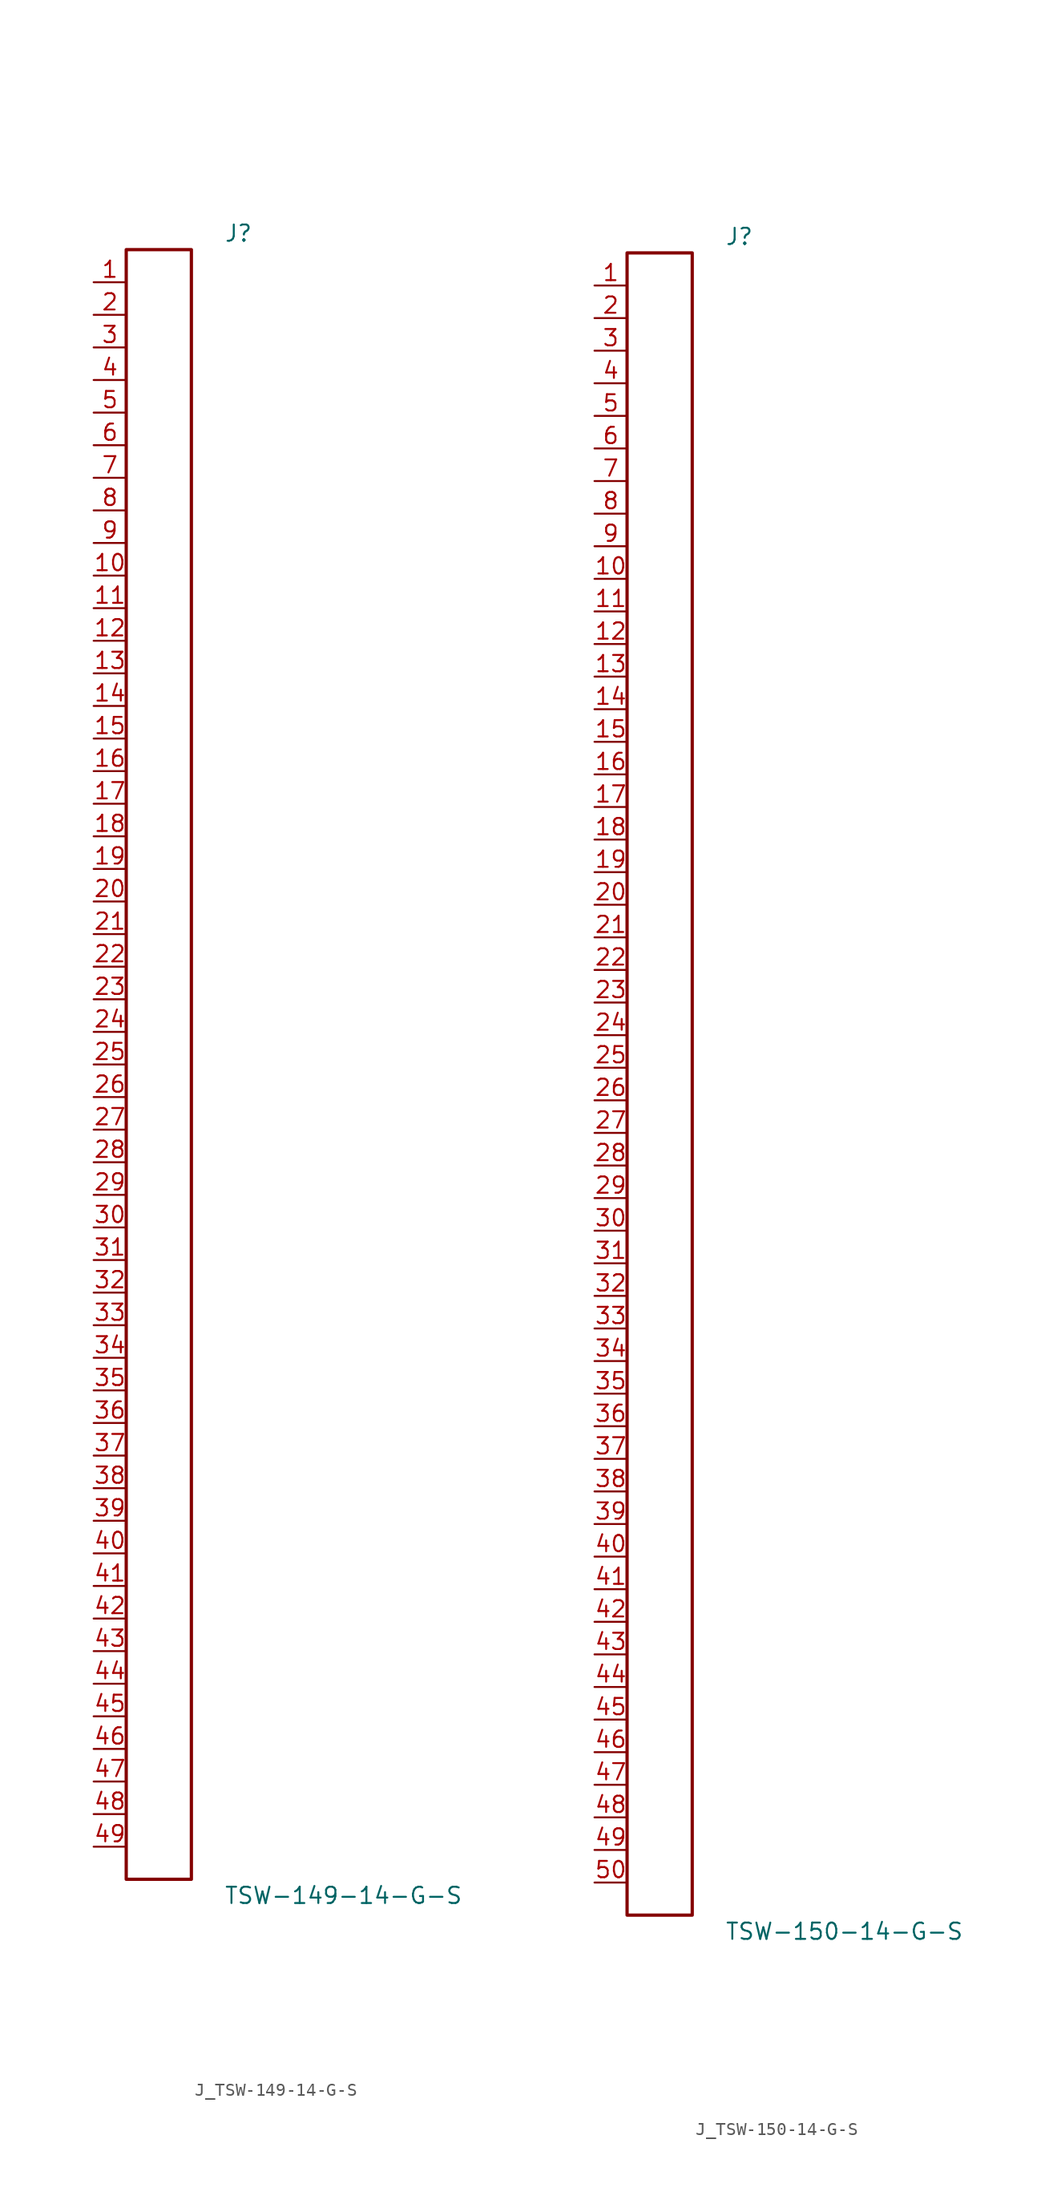
<source format=kicad_sym>
(kicad_symbol_lib
  (version 20231120)
  (generator kicad_symbol_editor)
  (generator_version 8.0)
  (symbol "J_TSW-149-14-G-S"
    (pin_names
      (offset 0.254))
    (property "Reference" "J"
      (at 5.08 64.77 0)
      (effects (font (size 1.27 1.27)) (justify left)))
    (property "Value" "TSW-149-14-G-S"
      (at 5.08 -64.77 0)
      (effects (font (size 1.27 1.27)) (justify left)))
    (symbol "J_TSW-149-14-G-S_0_0"
      (pin passive line (at -5.08 60.96 0) (length 2.54) (name "" (effects (font (size 1.27 1.27)))) (number "1" (effects (font (size 1.27 1.27)))))
      (pin passive line (at -5.08 58.42 0) (length 2.54) (name "" (effects (font (size 1.27 1.27)))) (number "2" (effects (font (size 1.27 1.27)))))
      (pin passive line (at -5.08 55.88 0) (length 2.54) (name "" (effects (font (size 1.27 1.27)))) (number "3" (effects (font (size 1.27 1.27)))))
      (pin passive line (at -5.08 53.34 0) (length 2.54) (name "" (effects (font (size 1.27 1.27)))) (number "4" (effects (font (size 1.27 1.27)))))
      (pin passive line (at -5.08 50.8 0) (length 2.54) (name "" (effects (font (size 1.27 1.27)))) (number "5" (effects (font (size 1.27 1.27)))))
      (pin passive line (at -5.08 48.26 0) (length 2.54) (name "" (effects (font (size 1.27 1.27)))) (number "6" (effects (font (size 1.27 1.27)))))
      (pin passive line (at -5.08 45.72 0) (length 2.54) (name "" (effects (font (size 1.27 1.27)))) (number "7" (effects (font (size 1.27 1.27)))))
      (pin passive line (at -5.08 43.18 0) (length 2.54) (name "" (effects (font (size 1.27 1.27)))) (number "8" (effects (font (size 1.27 1.27)))))
      (pin passive line (at -5.08 40.64 0) (length 2.54) (name "" (effects (font (size 1.27 1.27)))) (number "9" (effects (font (size 1.27 1.27)))))
      (pin passive line (at -5.08 38.1 0) (length 2.54) (name "" (effects (font (size 1.27 1.27)))) (number "10" (effects (font (size 1.27 1.27)))))
      (pin passive line (at -5.08 35.56 0) (length 2.54) (name "" (effects (font (size 1.27 1.27)))) (number "11" (effects (font (size 1.27 1.27)))))
      (pin passive line (at -5.08 33.02 0) (length 2.54) (name "" (effects (font (size 1.27 1.27)))) (number "12" (effects (font (size 1.27 1.27)))))
      (pin passive line (at -5.08 30.48 0) (length 2.54) (name "" (effects (font (size 1.27 1.27)))) (number "13" (effects (font (size 1.27 1.27)))))
      (pin passive line (at -5.08 27.94 0) (length 2.54) (name "" (effects (font (size 1.27 1.27)))) (number "14" (effects (font (size 1.27 1.27)))))
      (pin passive line (at -5.08 25.4 0) (length 2.54) (name "" (effects (font (size 1.27 1.27)))) (number "15" (effects (font (size 1.27 1.27)))))
      (pin passive line (at -5.08 22.86 0) (length 2.54) (name "" (effects (font (size 1.27 1.27)))) (number "16" (effects (font (size 1.27 1.27)))))
      (pin passive line (at -5.08 20.32 0) (length 2.54) (name "" (effects (font (size 1.27 1.27)))) (number "17" (effects (font (size 1.27 1.27)))))
      (pin passive line (at -5.08 17.78 0) (length 2.54) (name "" (effects (font (size 1.27 1.27)))) (number "18" (effects (font (size 1.27 1.27)))))
      (pin passive line (at -5.08 15.24 0) (length 2.54) (name "" (effects (font (size 1.27 1.27)))) (number "19" (effects (font (size 1.27 1.27)))))
      (pin passive line (at -5.08 12.7 0) (length 2.54) (name "" (effects (font (size 1.27 1.27)))) (number "20" (effects (font (size 1.27 1.27)))))
      (pin passive line (at -5.08 10.16 0) (length 2.54) (name "" (effects (font (size 1.27 1.27)))) (number "21" (effects (font (size 1.27 1.27)))))
      (pin passive line (at -5.08 7.62 0) (length 2.54) (name "" (effects (font (size 1.27 1.27)))) (number "22" (effects (font (size 1.27 1.27)))))
      (pin passive line (at -5.08 5.08 0) (length 2.54) (name "" (effects (font (size 1.27 1.27)))) (number "23" (effects (font (size 1.27 1.27)))))
      (pin passive line (at -5.08 2.54 0) (length 2.54) (name "" (effects (font (size 1.27 1.27)))) (number "24" (effects (font (size 1.27 1.27)))))
      (pin passive line (at -5.08 0.0 0) (length 2.54) (name "" (effects (font (size 1.27 1.27)))) (number "25" (effects (font (size 1.27 1.27)))))
      (pin passive line (at -5.08 -2.54 0) (length 2.54) (name "" (effects (font (size 1.27 1.27)))) (number "26" (effects (font (size 1.27 1.27)))))
      (pin passive line (at -5.08 -5.08 0) (length 2.54) (name "" (effects (font (size 1.27 1.27)))) (number "27" (effects (font (size 1.27 1.27)))))
      (pin passive line (at -5.08 -7.62 0) (length 2.54) (name "" (effects (font (size 1.27 1.27)))) (number "28" (effects (font (size 1.27 1.27)))))
      (pin passive line (at -5.08 -10.16 0) (length 2.54) (name "" (effects (font (size 1.27 1.27)))) (number "29" (effects (font (size 1.27 1.27)))))
      (pin passive line (at -5.08 -12.7 0) (length 2.54) (name "" (effects (font (size 1.27 1.27)))) (number "30" (effects (font (size 1.27 1.27)))))
      (pin passive line (at -5.08 -15.24 0) (length 2.54) (name "" (effects (font (size 1.27 1.27)))) (number "31" (effects (font (size 1.27 1.27)))))
      (pin passive line (at -5.08 -17.78 0) (length 2.54) (name "" (effects (font (size 1.27 1.27)))) (number "32" (effects (font (size 1.27 1.27)))))
      (pin passive line (at -5.08 -20.32 0) (length 2.54) (name "" (effects (font (size 1.27 1.27)))) (number "33" (effects (font (size 1.27 1.27)))))
      (pin passive line (at -5.08 -22.86 0) (length 2.54) (name "" (effects (font (size 1.27 1.27)))) (number "34" (effects (font (size 1.27 1.27)))))
      (pin passive line (at -5.08 -25.4 0) (length 2.54) (name "" (effects (font (size 1.27 1.27)))) (number "35" (effects (font (size 1.27 1.27)))))
      (pin passive line (at -5.08 -27.94 0) (length 2.54) (name "" (effects (font (size 1.27 1.27)))) (number "36" (effects (font (size 1.27 1.27)))))
      (pin passive line (at -5.08 -30.48 0) (length 2.54) (name "" (effects (font (size 1.27 1.27)))) (number "37" (effects (font (size 1.27 1.27)))))
      (pin passive line (at -5.08 -33.02 0) (length 2.54) (name "" (effects (font (size 1.27 1.27)))) (number "38" (effects (font (size 1.27 1.27)))))
      (pin passive line (at -5.08 -35.56 0) (length 2.54) (name "" (effects (font (size 1.27 1.27)))) (number "39" (effects (font (size 1.27 1.27)))))
      (pin passive line (at -5.08 -38.1 0) (length 2.54) (name "" (effects (font (size 1.27 1.27)))) (number "40" (effects (font (size 1.27 1.27)))))
      (pin passive line (at -5.08 -40.64 0) (length 2.54) (name "" (effects (font (size 1.27 1.27)))) (number "41" (effects (font (size 1.27 1.27)))))
      (pin passive line (at -5.08 -43.18 0) (length 2.54) (name "" (effects (font (size 1.27 1.27)))) (number "42" (effects (font (size 1.27 1.27)))))
      (pin passive line (at -5.08 -45.72 0) (length 2.54) (name "" (effects (font (size 1.27 1.27)))) (number "43" (effects (font (size 1.27 1.27)))))
      (pin passive line (at -5.08 -48.26 0) (length 2.54) (name "" (effects (font (size 1.27 1.27)))) (number "44" (effects (font (size 1.27 1.27)))))
      (pin passive line (at -5.08 -50.8 0) (length 2.54) (name "" (effects (font (size 1.27 1.27)))) (number "45" (effects (font (size 1.27 1.27)))))
      (pin passive line (at -5.08 -53.34 0) (length 2.54) (name "" (effects (font (size 1.27 1.27)))) (number "46" (effects (font (size 1.27 1.27)))))
      (pin passive line (at -5.08 -55.88 0) (length 2.54) (name "" (effects (font (size 1.27 1.27)))) (number "47" (effects (font (size 1.27 1.27)))))
      (pin passive line (at -5.08 -58.42 0) (length 2.54) (name "" (effects (font (size 1.27 1.27)))) (number "48" (effects (font (size 1.27 1.27)))))
      (pin passive line (at -5.08 -60.96 0) (length 2.54) (name "" (effects (font (size 1.27 1.27)))) (number "49" (effects (font (size 1.27 1.27))))))
    (symbol "J_TSW-149-14-G-S_1_0"
      (rectangle (start -2.54 63.5) (end 2.54 -63.5) (stroke (width 0.254) (type solid)) (fill (type none)))))
  (symbol "J_TSW-150-14-G-S"
    (pin_names
      (offset 0.254))
    (property "Reference" "J"
      (at 5.08 66.04 0)
      (effects (font (size 1.27 1.27)) (justify left)))
    (property "Value" "TSW-150-14-G-S"
      (at 5.08 -66.04 0)
      (effects (font (size 1.27 1.27)) (justify left)))
    (symbol "J_TSW-150-14-G-S_0_0"
      (pin passive line (at -5.08 62.23 0) (length 2.54) (name "" (effects (font (size 1.27 1.27)))) (number "1" (effects (font (size 1.27 1.27)))))
      (pin passive line (at -5.08 59.69 0) (length 2.54) (name "" (effects (font (size 1.27 1.27)))) (number "2" (effects (font (size 1.27 1.27)))))
      (pin passive line (at -5.08 57.15 0) (length 2.54) (name "" (effects (font (size 1.27 1.27)))) (number "3" (effects (font (size 1.27 1.27)))))
      (pin passive line (at -5.08 54.61 0) (length 2.54) (name "" (effects (font (size 1.27 1.27)))) (number "4" (effects (font (size 1.27 1.27)))))
      (pin passive line (at -5.08 52.07 0) (length 2.54) (name "" (effects (font (size 1.27 1.27)))) (number "5" (effects (font (size 1.27 1.27)))))
      (pin passive line (at -5.08 49.53 0) (length 2.54) (name "" (effects (font (size 1.27 1.27)))) (number "6" (effects (font (size 1.27 1.27)))))
      (pin passive line (at -5.08 46.99 0) (length 2.54) (name "" (effects (font (size 1.27 1.27)))) (number "7" (effects (font (size 1.27 1.27)))))
      (pin passive line (at -5.08 44.45 0) (length 2.54) (name "" (effects (font (size 1.27 1.27)))) (number "8" (effects (font (size 1.27 1.27)))))
      (pin passive line (at -5.08 41.91 0) (length 2.54) (name "" (effects (font (size 1.27 1.27)))) (number "9" (effects (font (size 1.27 1.27)))))
      (pin passive line (at -5.08 39.37 0) (length 2.54) (name "" (effects (font (size 1.27 1.27)))) (number "10" (effects (font (size 1.27 1.27)))))
      (pin passive line (at -5.08 36.83 0) (length 2.54) (name "" (effects (font (size 1.27 1.27)))) (number "11" (effects (font (size 1.27 1.27)))))
      (pin passive line (at -5.08 34.29 0) (length 2.54) (name "" (effects (font (size 1.27 1.27)))) (number "12" (effects (font (size 1.27 1.27)))))
      (pin passive line (at -5.08 31.75 0) (length 2.54) (name "" (effects (font (size 1.27 1.27)))) (number "13" (effects (font (size 1.27 1.27)))))
      (pin passive line (at -5.08 29.21 0) (length 2.54) (name "" (effects (font (size 1.27 1.27)))) (number "14" (effects (font (size 1.27 1.27)))))
      (pin passive line (at -5.08 26.67 0) (length 2.54) (name "" (effects (font (size 1.27 1.27)))) (number "15" (effects (font (size 1.27 1.27)))))
      (pin passive line (at -5.08 24.13 0) (length 2.54) (name "" (effects (font (size 1.27 1.27)))) (number "16" (effects (font (size 1.27 1.27)))))
      (pin passive line (at -5.08 21.59 0) (length 2.54) (name "" (effects (font (size 1.27 1.27)))) (number "17" (effects (font (size 1.27 1.27)))))
      (pin passive line (at -5.08 19.05 0) (length 2.54) (name "" (effects (font (size 1.27 1.27)))) (number "18" (effects (font (size 1.27 1.27)))))
      (pin passive line (at -5.08 16.51 0) (length 2.54) (name "" (effects (font (size 1.27 1.27)))) (number "19" (effects (font (size 1.27 1.27)))))
      (pin passive line (at -5.08 13.97 0) (length 2.54) (name "" (effects (font (size 1.27 1.27)))) (number "20" (effects (font (size 1.27 1.27)))))
      (pin passive line (at -5.08 11.43 0) (length 2.54) (name "" (effects (font (size 1.27 1.27)))) (number "21" (effects (font (size 1.27 1.27)))))
      (pin passive line (at -5.08 8.89 0) (length 2.54) (name "" (effects (font (size 1.27 1.27)))) (number "22" (effects (font (size 1.27 1.27)))))
      (pin passive line (at -5.08 6.35 0) (length 2.54) (name "" (effects (font (size 1.27 1.27)))) (number "23" (effects (font (size 1.27 1.27)))))
      (pin passive line (at -5.08 3.81 0) (length 2.54) (name "" (effects (font (size 1.27 1.27)))) (number "24" (effects (font (size 1.27 1.27)))))
      (pin passive line (at -5.08 1.27 0) (length 2.54) (name "" (effects (font (size 1.27 1.27)))) (number "25" (effects (font (size 1.27 1.27)))))
      (pin passive line (at -5.08 -1.27 0) (length 2.54) (name "" (effects (font (size 1.27 1.27)))) (number "26" (effects (font (size 1.27 1.27)))))
      (pin passive line (at -5.08 -3.81 0) (length 2.54) (name "" (effects (font (size 1.27 1.27)))) (number "27" (effects (font (size 1.27 1.27)))))
      (pin passive line (at -5.08 -6.35 0) (length 2.54) (name "" (effects (font (size 1.27 1.27)))) (number "28" (effects (font (size 1.27 1.27)))))
      (pin passive line (at -5.08 -8.89 0) (length 2.54) (name "" (effects (font (size 1.27 1.27)))) (number "29" (effects (font (size 1.27 1.27)))))
      (pin passive line (at -5.08 -11.43 0) (length 2.54) (name "" (effects (font (size 1.27 1.27)))) (number "30" (effects (font (size 1.27 1.27)))))
      (pin passive line (at -5.08 -13.97 0) (length 2.54) (name "" (effects (font (size 1.27 1.27)))) (number "31" (effects (font (size 1.27 1.27)))))
      (pin passive line (at -5.08 -16.51 0) (length 2.54) (name "" (effects (font (size 1.27 1.27)))) (number "32" (effects (font (size 1.27 1.27)))))
      (pin passive line (at -5.08 -19.05 0) (length 2.54) (name "" (effects (font (size 1.27 1.27)))) (number "33" (effects (font (size 1.27 1.27)))))
      (pin passive line (at -5.08 -21.59 0) (length 2.54) (name "" (effects (font (size 1.27 1.27)))) (number "34" (effects (font (size 1.27 1.27)))))
      (pin passive line (at -5.08 -24.13 0) (length 2.54) (name "" (effects (font (size 1.27 1.27)))) (number "35" (effects (font (size 1.27 1.27)))))
      (pin passive line (at -5.08 -26.67 0) (length 2.54) (name "" (effects (font (size 1.27 1.27)))) (number "36" (effects (font (size 1.27 1.27)))))
      (pin passive line (at -5.08 -29.21 0) (length 2.54) (name "" (effects (font (size 1.27 1.27)))) (number "37" (effects (font (size 1.27 1.27)))))
      (pin passive line (at -5.08 -31.75 0) (length 2.54) (name "" (effects (font (size 1.27 1.27)))) (number "38" (effects (font (size 1.27 1.27)))))
      (pin passive line (at -5.08 -34.29 0) (length 2.54) (name "" (effects (font (size 1.27 1.27)))) (number "39" (effects (font (size 1.27 1.27)))))
      (pin passive line (at -5.08 -36.83 0) (length 2.54) (name "" (effects (font (size 1.27 1.27)))) (number "40" (effects (font (size 1.27 1.27)))))
      (pin passive line (at -5.08 -39.37 0) (length 2.54) (name "" (effects (font (size 1.27 1.27)))) (number "41" (effects (font (size 1.27 1.27)))))
      (pin passive line (at -5.08 -41.91 0) (length 2.54) (name "" (effects (font (size 1.27 1.27)))) (number "42" (effects (font (size 1.27 1.27)))))
      (pin passive line (at -5.08 -44.45 0) (length 2.54) (name "" (effects (font (size 1.27 1.27)))) (number "43" (effects (font (size 1.27 1.27)))))
      (pin passive line (at -5.08 -46.99 0) (length 2.54) (name "" (effects (font (size 1.27 1.27)))) (number "44" (effects (font (size 1.27 1.27)))))
      (pin passive line (at -5.08 -49.53 0) (length 2.54) (name "" (effects (font (size 1.27 1.27)))) (number "45" (effects (font (size 1.27 1.27)))))
      (pin passive line (at -5.08 -52.07 0) (length 2.54) (name "" (effects (font (size 1.27 1.27)))) (number "46" (effects (font (size 1.27 1.27)))))
      (pin passive line (at -5.08 -54.61 0) (length 2.54) (name "" (effects (font (size 1.27 1.27)))) (number "47" (effects (font (size 1.27 1.27)))))
      (pin passive line (at -5.08 -57.15 0) (length 2.54) (name "" (effects (font (size 1.27 1.27)))) (number "48" (effects (font (size 1.27 1.27)))))
      (pin passive line (at -5.08 -59.69 0) (length 2.54) (name "" (effects (font (size 1.27 1.27)))) (number "49" (effects (font (size 1.27 1.27)))))
      (pin passive line (at -5.08 -62.23 0) (length 2.54) (name "" (effects (font (size 1.27 1.27)))) (number "50" (effects (font (size 1.27 1.27))))))
    (symbol "J_TSW-150-14-G-S_1_0"
      (rectangle (start -2.54 64.77) (end 2.54 -64.77) (stroke (width 0.254) (type solid)) (fill (type none))))))
</source>
